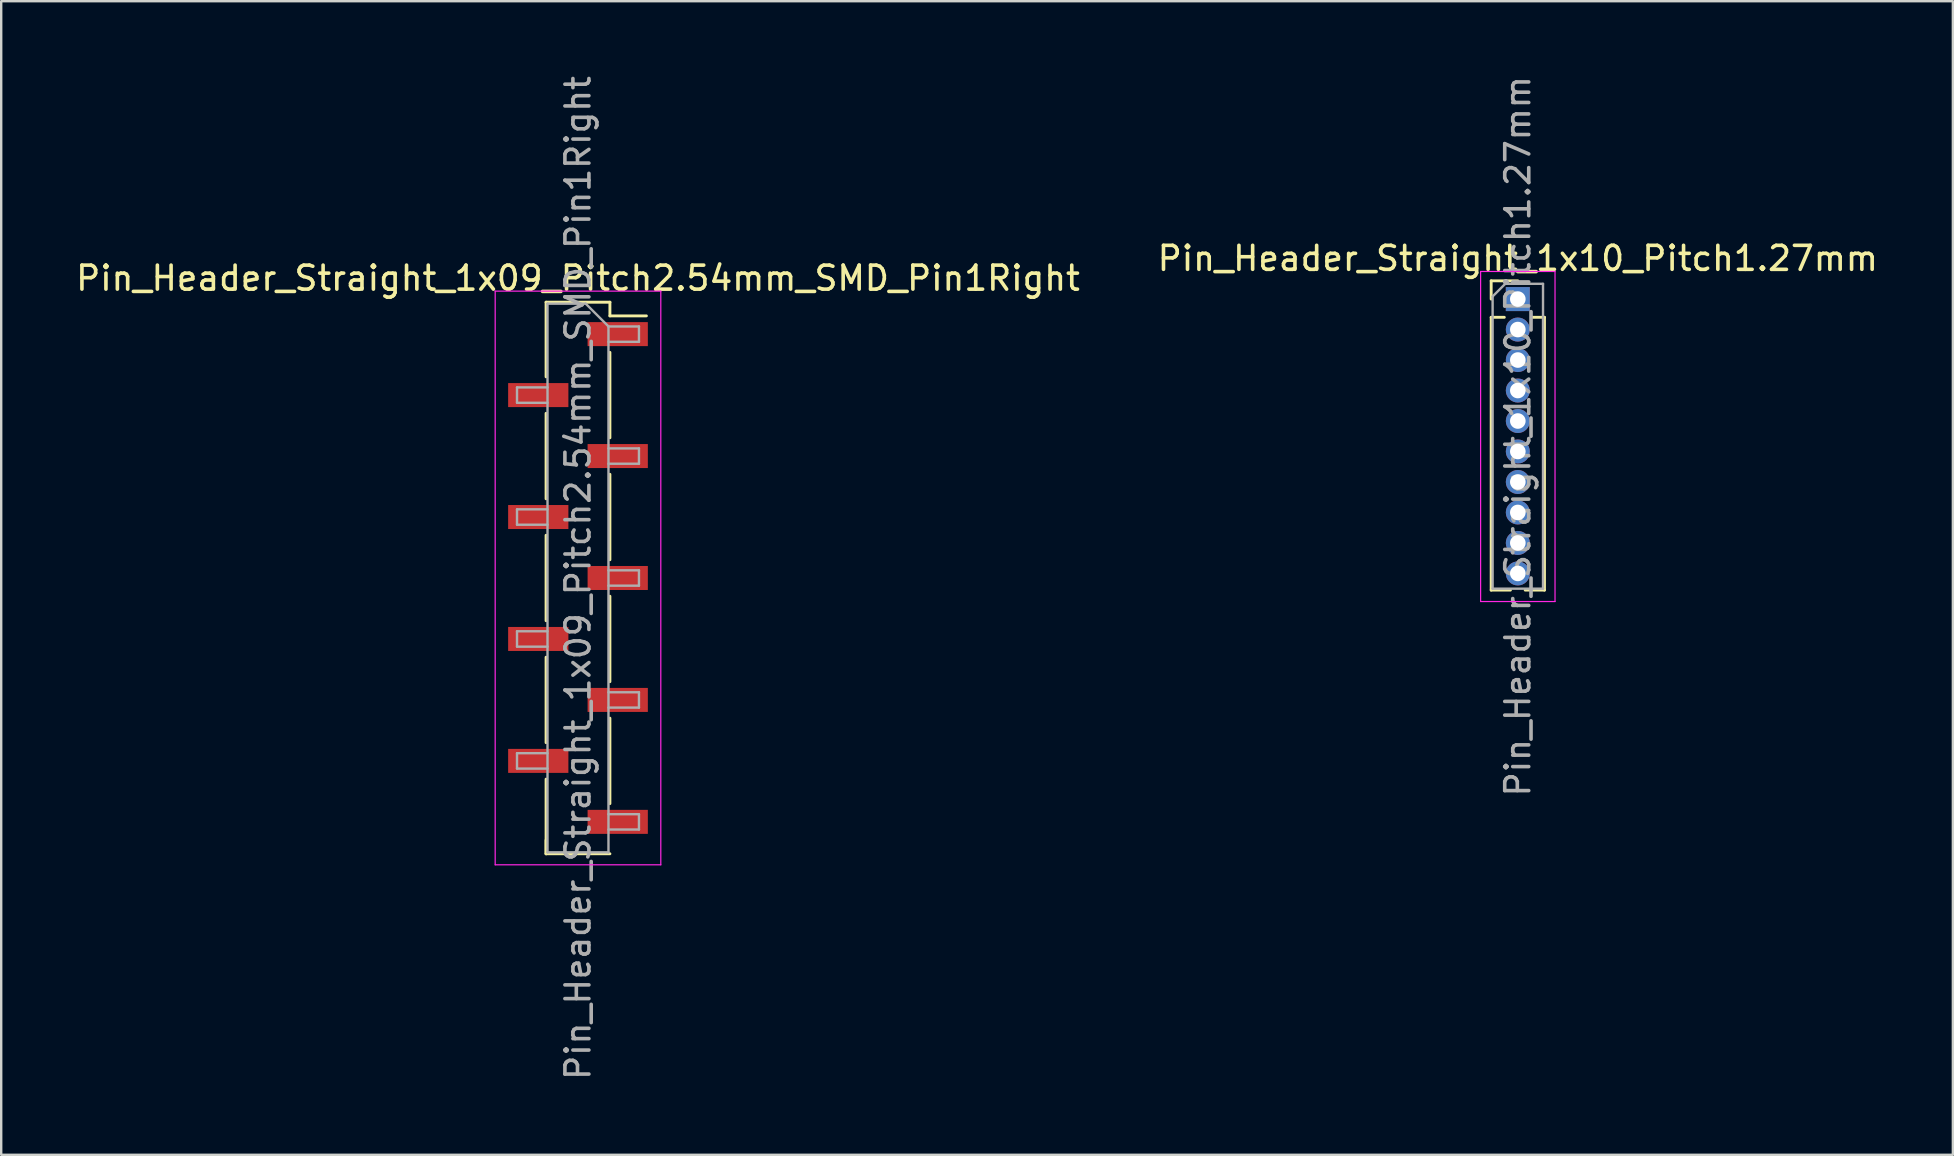
<source format=kicad_pcb>
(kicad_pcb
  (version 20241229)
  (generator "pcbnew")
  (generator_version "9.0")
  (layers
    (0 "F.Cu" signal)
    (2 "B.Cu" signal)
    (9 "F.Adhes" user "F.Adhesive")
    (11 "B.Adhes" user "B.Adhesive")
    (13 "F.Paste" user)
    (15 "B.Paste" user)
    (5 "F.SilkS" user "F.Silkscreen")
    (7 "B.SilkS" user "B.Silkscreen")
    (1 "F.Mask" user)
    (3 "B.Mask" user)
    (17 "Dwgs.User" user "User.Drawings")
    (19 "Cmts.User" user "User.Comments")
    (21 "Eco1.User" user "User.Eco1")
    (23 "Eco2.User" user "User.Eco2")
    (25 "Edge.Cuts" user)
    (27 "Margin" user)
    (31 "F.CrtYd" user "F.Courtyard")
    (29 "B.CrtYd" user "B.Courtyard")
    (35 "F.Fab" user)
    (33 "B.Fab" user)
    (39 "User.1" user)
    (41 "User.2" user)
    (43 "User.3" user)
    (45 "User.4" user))
  (footprint "Pin_Header_Straight_1x09_Pitch2.54mm_SMD_Pin1Right"
    (layer "F.Cu")
    (at 21.03 21.03)
    (property "Reference" "Pin_Header_Straight_1x09_Pitch2.54mm_SMD_Pin1Right" (at 0 -12.49 0) (layer "F.SilkS") (effects (font (size 1 1) (thickness 0.15))))
    (attr smd)
    (fp_line (start -1.33 -11.49) (end -1.33 -8.38) (stroke (width 0.12) (type solid)) (layer "F.SilkS"))
    (fp_line (start -1.33 -11.49) (end 1.33 -11.49) (stroke (width 0.12) (type solid)) (layer "F.SilkS"))
    (fp_line (start -1.33 -6.86) (end -1.33 -3.3) (stroke (width 0.12) (type solid)) (layer "F.SilkS"))
    (fp_line (start -1.33 -1.78) (end -1.33 1.78) (stroke (width 0.12) (type solid)) (layer "F.SilkS"))
    (fp_line (start -1.33 3.3) (end -1.33 6.86) (stroke (width 0.12) (type solid)) (layer "F.SilkS"))
    (fp_line (start -1.33 8.38) (end -1.33 11.49) (stroke (width 0.12) (type solid)) (layer "F.SilkS"))
    (fp_line (start -1.33 10.92) (end -1.33 11.49) (stroke (width 0.12) (type solid)) (layer "F.SilkS"))
    (fp_line (start -1.33 11.49) (end 1.33 11.49) (stroke (width 0.12) (type solid)) (layer "F.SilkS"))
    (fp_line (start 1.33 -11.49) (end 1.33 -10.92) (stroke (width 0.12) (type solid)) (layer "F.SilkS"))
    (fp_line (start 1.33 -10.92) (end 2.85 -10.92) (stroke (width 0.12) (type solid)) (layer "F.SilkS"))
    (fp_line (start 1.33 -9.4) (end 1.33 -5.84) (stroke (width 0.12) (type solid)) (layer "F.SilkS"))
    (fp_line (start 1.33 -4.32) (end 1.33 -0.76) (stroke (width 0.12) (type solid)) (layer "F.SilkS"))
    (fp_line (start 1.33 0.76) (end 1.33 4.32) (stroke (width 0.12) (type solid)) (layer "F.SilkS"))
    (fp_line (start 1.33 5.84) (end 1.33 9.4) (stroke (width 0.12) (type solid)) (layer "F.SilkS"))
    (fp_line (start -3.45 -11.95) (end -3.45 11.95) (stroke (width 0.05) (type solid)) (layer "F.CrtYd"))
    (fp_line (start -3.45 11.95) (end 3.45 11.95) (stroke (width 0.05) (type solid)) (layer "F.CrtYd"))
    (fp_line (start 3.45 -11.95) (end -3.45 -11.95) (stroke (width 0.05) (type solid)) (layer "F.CrtYd"))
    (fp_line (start 3.45 11.95) (end 3.45 -11.95) (stroke (width 0.05) (type solid)) (layer "F.CrtYd"))
    (fp_line (start -2.54 -7.94) (end -2.54 -7.3) (stroke (width 0.1) (type solid)) (layer "F.Fab"))
    (fp_line (start -2.54 -7.3) (end -1.27 -7.3) (stroke (width 0.1) (type solid)) (layer "F.Fab"))
    (fp_line (start -2.54 -2.86) (end -2.54 -2.22) (stroke (width 0.1) (type solid)) (layer "F.Fab"))
    (fp_line (start -2.54 -2.22) (end -1.27 -2.22) (stroke (width 0.1) (type solid)) (layer "F.Fab"))
    (fp_line (start -2.54 2.22) (end -2.54 2.86) (stroke (width 0.1) (type solid)) (layer "F.Fab"))
    (fp_line (start -2.54 2.86) (end -1.27 2.86) (stroke (width 0.1) (type solid)) (layer "F.Fab"))
    (fp_line (start -2.54 7.3) (end -2.54 7.94) (stroke (width 0.1) (type solid)) (layer "F.Fab"))
    (fp_line (start -2.54 7.94) (end -1.27 7.94) (stroke (width 0.1) (type solid)) (layer "F.Fab"))
    (fp_line (start -1.27 -11.43) (end -1.27 11.43) (stroke (width 0.1) (type solid)) (layer "F.Fab"))
    (fp_line (start -1.27 -11.43) (end 0.32 -11.43) (stroke (width 0.1) (type solid)) (layer "F.Fab"))
    (fp_line (start -1.27 -7.94) (end -2.54 -7.94) (stroke (width 0.1) (type solid)) (layer "F.Fab"))
    (fp_line (start -1.27 -2.86) (end -2.54 -2.86) (stroke (width 0.1) (type solid)) (layer "F.Fab"))
    (fp_line (start -1.27 2.22) (end -2.54 2.22) (stroke (width 0.1) (type solid)) (layer "F.Fab"))
    (fp_line (start -1.27 7.3) (end -2.54 7.3) (stroke (width 0.1) (type solid)) (layer "F.Fab"))
    (fp_line (start 1.27 -10.48) (end 0.32 -11.43) (stroke (width 0.1) (type solid)) (layer "F.Fab"))
    (fp_line (start 1.27 -10.48) (end 2.54 -10.48) (stroke (width 0.1) (type solid)) (layer "F.Fab"))
    (fp_line (start 1.27 -5.4) (end 2.54 -5.4) (stroke (width 0.1) (type solid)) (layer "F.Fab"))
    (fp_line (start 1.27 -0.32) (end 2.54 -0.32) (stroke (width 0.1) (type solid)) (layer "F.Fab"))
    (fp_line (start 1.27 4.76) (end 2.54 4.76) (stroke (width 0.1) (type solid)) (layer "F.Fab"))
    (fp_line (start 1.27 9.84) (end 2.54 9.84) (stroke (width 0.1) (type solid)) (layer "F.Fab"))
    (fp_line (start 1.27 11.43) (end -1.27 11.43) (stroke (width 0.1) (type solid)) (layer "F.Fab"))
    (fp_line (start 1.27 11.43) (end 1.27 -10.48) (stroke (width 0.1) (type solid)) (layer "F.Fab"))
    (fp_line (start 2.54 -10.48) (end 2.54 -9.84) (stroke (width 0.1) (type solid)) (layer "F.Fab"))
    (fp_line (start 2.54 -9.84) (end 1.27 -9.84) (stroke (width 0.1) (type solid)) (layer "F.Fab"))
    (fp_line (start 2.54 -5.4) (end 2.54 -4.76) (stroke (width 0.1) (type solid)) (layer "F.Fab"))
    (fp_line (start 2.54 -4.76) (end 1.27 -4.76) (stroke (width 0.1) (type solid)) (layer "F.Fab"))
    (fp_line (start 2.54 -0.32) (end 2.54 0.32) (stroke (width 0.1) (type solid)) (layer "F.Fab"))
    (fp_line (start 2.54 0.32) (end 1.27 0.32) (stroke (width 0.1) (type solid)) (layer "F.Fab"))
    (fp_line (start 2.54 4.76) (end 2.54 5.4) (stroke (width 0.1) (type solid)) (layer "F.Fab"))
    (fp_line (start 2.54 5.4) (end 1.27 5.4) (stroke (width 0.1) (type solid)) (layer "F.Fab"))
    (fp_line (start 2.54 9.84) (end 2.54 10.48) (stroke (width 0.1) (type solid)) (layer "F.Fab"))
    (fp_line (start 2.54 10.48) (end 1.27 10.48) (stroke (width 0.1) (type solid)) (layer "F.Fab"))
    (fp_text user "${REFERENCE}" (at 0 0 90) (layer "F.Fab") (effects (font (size 1 1) (thickness 0.15))))
    (pad "1" smd rect (at 1.655 -10.16) (size 2.51 1) (layers "F.Cu" "F.Mask" "F.Paste"))
    (pad "2" smd rect (at -1.655 -7.62) (size 2.51 1) (layers "F.Cu" "F.Mask" "F.Paste"))
    (pad "3" smd rect (at 1.655 -5.08) (size 2.51 1) (layers "F.Cu" "F.Mask" "F.Paste"))
    (pad "4" smd rect (at -1.655 -2.54) (size 2.51 1) (layers "F.Cu" "F.Mask" "F.Paste"))
    (pad "5" smd rect (at 1.655 0) (size 2.51 1) (layers "F.Cu" "F.Mask" "F.Paste"))
    (pad "6" smd rect (at -1.655 2.54) (size 2.51 1) (layers "F.Cu" "F.Mask" "F.Paste"))
    (pad "7" smd rect (at 1.655 5.08) (size 2.51 1) (layers "F.Cu" "F.Mask" "F.Paste"))
    (pad "8" smd rect (at -1.655 7.62) (size 2.51 1) (layers "F.Cu" "F.Mask" "F.Paste"))
    (pad "9" smd rect (at 1.655 10.16) (size 2.51 1) (layers "F.Cu" "F.Mask" "F.Paste")))
  (footprint "Pin_Header_Straight_1x10_Pitch1.27mm"
    (layer "F.Cu")
    (at 60.185 9.41)
    (property "Reference" "Pin_Header_Straight_1x10_Pitch1.27mm" (at 0 -1.695 0) (layer "F.SilkS") (effects (font (size 1 1) (thickness 0.15))))
    (attr through_hole)
    (fp_line (start -1.11 -0.76) (end 0 -0.76) (stroke (width 0.12) (type solid)) (layer "F.SilkS"))
    (fp_line (start -1.11 0) (end -1.11 -0.76) (stroke (width 0.12) (type solid)) (layer "F.SilkS"))
    (fp_line (start -1.11 0.76) (end -1.11 12.125) (stroke (width 0.12) (type solid)) (layer "F.SilkS"))
    (fp_line (start -1.11 0.76) (end -0.563 0.76) (stroke (width 0.12) (type solid)) (layer "F.SilkS"))
    (fp_line (start -1.11 12.125) (end -0.308 12.125) (stroke (width 0.12) (type solid)) (layer "F.SilkS"))
    (fp_line (start 0.308 12.125) (end 1.11 12.125) (stroke (width 0.12) (type solid)) (layer "F.SilkS"))
    (fp_line (start 0.563 0.76) (end 1.11 0.76) (stroke (width 0.12) (type solid)) (layer "F.SilkS"))
    (fp_line (start 1.11 0.76) (end 1.11 12.125) (stroke (width 0.12) (type solid)) (layer "F.SilkS"))
    (fp_line (start -1.55 -1.15) (end -1.55 12.6) (stroke (width 0.05) (type solid)) (layer "F.CrtYd"))
    (fp_line (start -1.55 12.6) (end 1.55 12.6) (stroke (width 0.05) (type solid)) (layer "F.CrtYd"))
    (fp_line (start 1.55 -1.15) (end -1.55 -1.15) (stroke (width 0.05) (type solid)) (layer "F.CrtYd"))
    (fp_line (start 1.55 12.6) (end 1.55 -1.15) (stroke (width 0.05) (type solid)) (layer "F.CrtYd"))
    (fp_line (start -1.05 -0.11) (end -0.525 -0.635) (stroke (width 0.1) (type solid)) (layer "F.Fab"))
    (fp_line (start -1.05 12.065) (end -1.05 -0.11) (stroke (width 0.1) (type solid)) (layer "F.Fab"))
    (fp_line (start -0.525 -0.635) (end 1.05 -0.635) (stroke (width 0.1) (type solid)) (layer "F.Fab"))
    (fp_line (start 1.05 -0.635) (end 1.05 12.065) (stroke (width 0.1) (type solid)) (layer "F.Fab"))
    (fp_line (start 1.05 12.065) (end -1.05 12.065) (stroke (width 0.1) (type solid)) (layer "F.Fab"))
    (fp_text user "${REFERENCE}" (at 0 5.715 90) (layer "F.Fab") (effects (font (size 1 1) (thickness 0.15))))
    (pad "1" thru_hole rect (at 0 0) (size 1 1) (drill 0.65) (layers "*.Cu" "*.Mask"))
    (pad "2" thru_hole oval (at 0 1.27) (size 1 1) (drill 0.65) (layers "*.Cu" "*.Mask"))
    (pad "3" thru_hole oval (at 0 2.54) (size 1 1) (drill 0.65) (layers "*.Cu" "*.Mask"))
    (pad "4" thru_hole oval (at 0 3.81) (size 1 1) (drill 0.65) (layers "*.Cu" "*.Mask"))
    (pad "5" thru_hole oval (at 0 5.08) (size 1 1) (drill 0.65) (layers "*.Cu" "*.Mask"))
    (pad "6" thru_hole oval (at 0 6.35) (size 1 1) (drill 0.65) (layers "*.Cu" "*.Mask"))
    (pad "7" thru_hole oval (at 0 7.62) (size 1 1) (drill 0.65) (layers "*.Cu" "*.Mask"))
    (pad "8" thru_hole oval (at 0 8.89) (size 1 1) (drill 0.65) (layers "*.Cu" "*.Mask"))
    (pad "9" thru_hole oval (at 0 10.16) (size 1 1) (drill 0.65) (layers "*.Cu" "*.Mask"))
    (pad "10" thru_hole oval (at 0 11.43) (size 1 1) (drill 0.65) (layers "*.Cu" "*.Mask")))
  (gr_rect
    (start -3 -3)
    (end 78.31 45.06)
    (stroke (width 0.1) (type default))
    (fill no)
    (layer "Edge.Cuts")))
</source>
